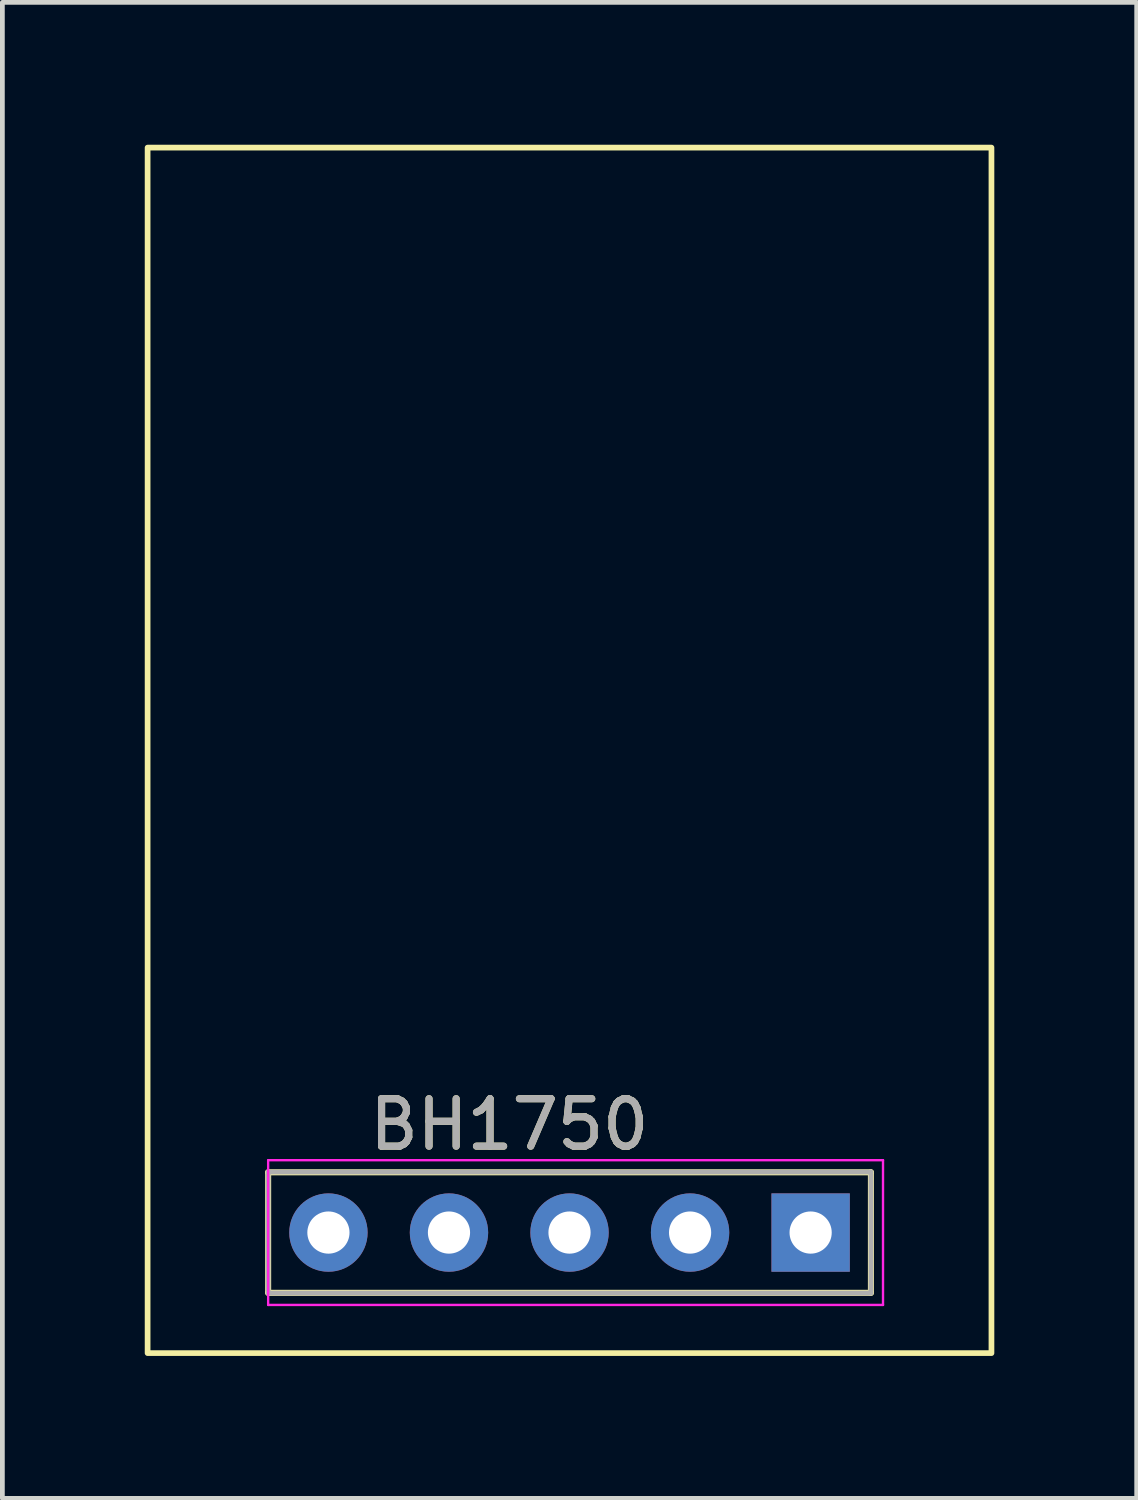
<source format=kicad_pcb>
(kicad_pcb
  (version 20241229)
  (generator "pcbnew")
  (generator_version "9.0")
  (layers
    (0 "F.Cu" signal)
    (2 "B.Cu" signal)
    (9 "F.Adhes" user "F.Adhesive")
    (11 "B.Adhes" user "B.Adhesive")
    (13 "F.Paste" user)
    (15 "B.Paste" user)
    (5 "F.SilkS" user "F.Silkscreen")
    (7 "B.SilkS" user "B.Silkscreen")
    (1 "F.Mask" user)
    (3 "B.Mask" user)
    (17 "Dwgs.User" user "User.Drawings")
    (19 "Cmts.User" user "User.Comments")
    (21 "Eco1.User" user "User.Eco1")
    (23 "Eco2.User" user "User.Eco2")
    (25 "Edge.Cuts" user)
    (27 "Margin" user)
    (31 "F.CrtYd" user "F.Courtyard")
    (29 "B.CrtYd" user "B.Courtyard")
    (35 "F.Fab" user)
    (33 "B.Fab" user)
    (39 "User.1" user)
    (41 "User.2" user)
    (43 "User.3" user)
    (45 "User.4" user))
  (footprint "BH1750"
    (layer "F.Cu")
    (at 7.68 22.92)
    (property "Reference" "BH1750" (at 0 -2.275 0) (layer "F.SilkS") (effects (font (size 1 1) (thickness 0.15))))
    (attr exclude_from_pos_files exclude_from_bom)
    (fp_line (start -5.08 -1.27) (end 7.62 -1.27) (stroke (width 0.127) (type solid)) (layer "F.SilkS"))
    (fp_line (start -5.08 1.27) (end -5.08 -1.27) (stroke (width 0.127) (type solid)) (layer "F.SilkS"))
    (fp_line (start 7.62 -1.27) (end 7.62 1.27) (stroke (width 0.127) (type solid)) (layer "F.SilkS"))
    (fp_line (start 7.62 1.27) (end -5.08 1.27) (stroke (width 0.127) (type solid)) (layer "F.SilkS"))
    (fp_rect (start 10.16 2.54) (end -7.62 -22.86) (stroke (width 0.12) (type solid)) (fill no) (layer "F.SilkS"))
    (fp_line (start -5.08 -1.525) (end -5.08 1.525) (stroke (width 0.05) (type solid)) (layer "F.CrtYd"))
    (fp_line (start -5.08 1.525) (end 7.875 1.525) (stroke (width 0.05) (type solid)) (layer "F.CrtYd"))
    (fp_line (start 7.875 -1.525) (end -5.08 -1.525) (stroke (width 0.05) (type solid)) (layer "F.CrtYd"))
    (fp_line (start 7.875 1.525) (end 7.875 -1.525) (stroke (width 0.05) (type solid)) (layer "F.CrtYd"))
    (fp_line (start -5.08 -1.275) (end -5.08 1.275) (stroke (width 0.1) (type solid)) (layer "F.Fab"))
    (fp_line (start -5.08 -1.275) (end 7.62 -1.275) (stroke (width 0.1) (type solid)) (layer "F.Fab"))
    (fp_line (start -5.08 1.275) (end 7.62 1.275) (stroke (width 0.1) (type solid)) (layer "F.Fab"))
    (fp_line (start 7.62 -1.275) (end 7.62 1.275) (stroke (width 0.1) (type solid)) (layer "F.Fab"))
    (fp_text user "${REFERENCE}" (at 0 -2.275 0) (layer "F.Fab") (effects (font (size 1 1) (thickness 0.15))))
    (pad "1" thru_hole rect (at 6.35 0 270) (size 1.651 1.651) (drill 0.889) (layers "*.Cu" "*.Mask"))
    (pad "2" thru_hole circle (at 3.81 0 270) (size 1.651 1.651) (drill 0.889) (layers "*.Cu" "*.Mask"))
    (pad "3" thru_hole circle (at 1.27 0 270) (size 1.651 1.651) (drill 0.889) (layers "*.Cu" "*.Mask"))
    (pad "4" thru_hole circle (at -1.27 0 270) (size 1.651 1.651) (drill 0.889) (layers "*.Cu" "*.Mask"))
    (pad "5" thru_hole circle (at -3.81 0 270) (size 1.651 1.651) (drill 0.889) (layers "*.Cu" "*.Mask")))
  (gr_rect
    (start -3 -3)
    (end 20.9 28.52)
    (stroke (width 0.1) (type default))
    (fill no)
    (layer "Edge.Cuts")))
</source>
